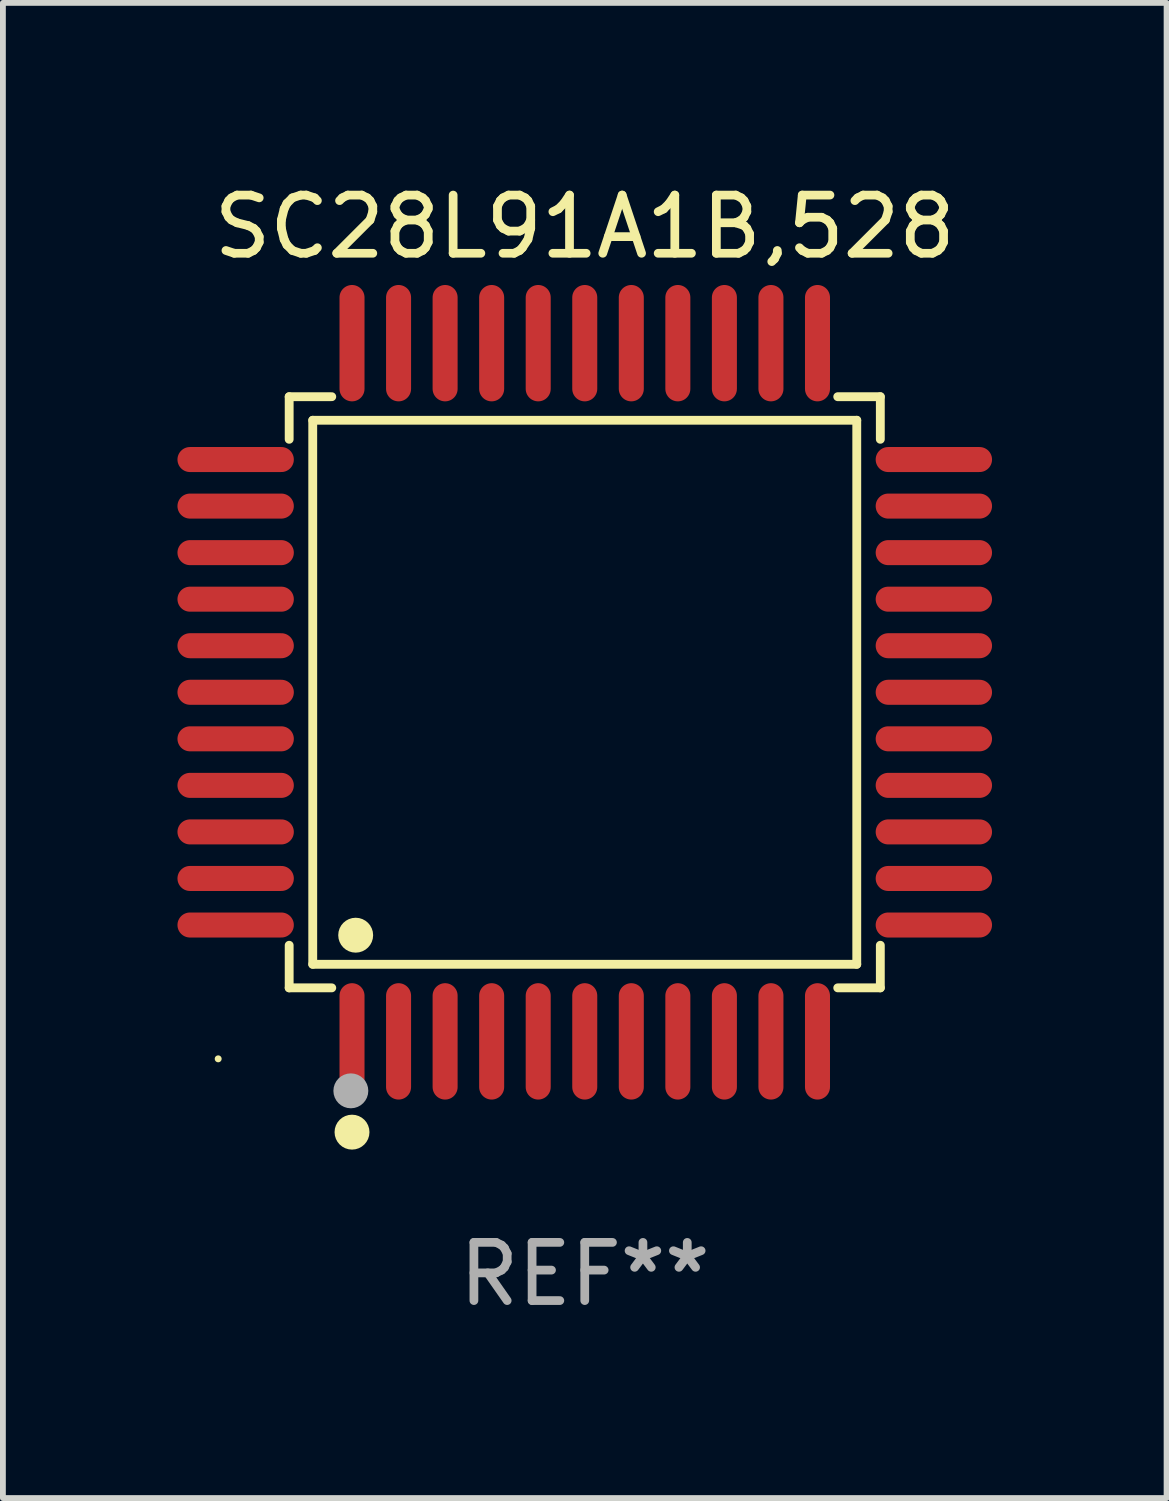
<source format=kicad_pcb>
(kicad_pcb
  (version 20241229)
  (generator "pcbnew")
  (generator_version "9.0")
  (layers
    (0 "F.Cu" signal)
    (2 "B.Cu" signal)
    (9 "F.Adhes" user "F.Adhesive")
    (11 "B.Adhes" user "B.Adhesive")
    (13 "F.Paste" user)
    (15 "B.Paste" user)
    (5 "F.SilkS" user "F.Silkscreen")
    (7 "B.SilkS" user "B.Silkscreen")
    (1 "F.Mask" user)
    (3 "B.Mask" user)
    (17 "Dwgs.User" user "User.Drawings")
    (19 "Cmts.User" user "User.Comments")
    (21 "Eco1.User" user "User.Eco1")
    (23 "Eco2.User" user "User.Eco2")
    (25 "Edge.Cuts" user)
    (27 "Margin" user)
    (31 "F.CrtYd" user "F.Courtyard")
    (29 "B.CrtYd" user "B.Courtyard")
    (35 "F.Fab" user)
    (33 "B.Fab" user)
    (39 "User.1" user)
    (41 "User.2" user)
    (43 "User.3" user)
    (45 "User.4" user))
  (footprint "SC28L91A1B,528"
    (layer "F.Cu")
    (at 7 8.848)
    (property "Reference" "SC28L91A1B,528" (at 0 -8 0) (layer "F.SilkS") (effects (font (size 1 1) (thickness 0.15))))
    (attr through_hole)
    (fp_line (start -5.08 -5.08) (end -4.348 -5.08) (stroke (width 0.152) (type solid)) (layer "F.SilkS"))
    (fp_line (start -5.08 -4.348) (end -5.08 -5.08) (stroke (width 0.152) (type solid)) (layer "F.SilkS"))
    (fp_line (start -5.08 4.348) (end -5.08 5.08) (stroke (width 0.152) (type solid)) (layer "F.SilkS"))
    (fp_line (start -5.08 5.08) (end -4.348 5.08) (stroke (width 0.152) (type solid)) (layer "F.SilkS"))
    (fp_line (start -4.675 -4.675) (end 4.675 -4.675) (stroke (width 0.152) (type solid)) (layer "F.SilkS"))
    (fp_line (start -4.675 4.675) (end -4.675 -4.675) (stroke (width 0.152) (type solid)) (layer "F.SilkS"))
    (fp_line (start 4.675 -4.675) (end 4.675 4.675) (stroke (width 0.152) (type solid)) (layer "F.SilkS"))
    (fp_line (start 4.675 4.675) (end -4.675 4.675) (stroke (width 0.152) (type solid)) (layer "F.SilkS"))
    (fp_line (start 5.08 -5.08) (end 4.348 -5.08) (stroke (width 0.152) (type solid)) (layer "F.SilkS"))
    (fp_line (start 5.08 -4.348) (end 5.08 -5.08) (stroke (width 0.152) (type solid)) (layer "F.SilkS"))
    (fp_line (start 5.08 4.348) (end 5.08 5.08) (stroke (width 0.152) (type solid)) (layer "F.SilkS"))
    (fp_line (start 5.08 5.08) (end 4.348 5.08) (stroke (width 0.152) (type solid)) (layer "F.SilkS"))
    (fp_circle (center -6.3 6.3) (end -6.27 6.3) (stroke (width 0.06) (type solid)) (fill no) (layer "F.SilkS"))
    (fp_circle (center -4 7.56) (end -3.85 7.56) (stroke (width 0.3) (type solid)) (fill no) (layer "F.SilkS"))
    (fp_circle (center -3.937 4.175) (end -3.787 4.175) (stroke (width 0.3) (type solid)) (fill no) (layer "F.SilkS"))
    (fp_circle (center -4.02 6.85) (end -3.87 6.85) (stroke (width 0.3) (type solid)) (fill no) (layer "F.Fab"))
    (fp_text user "REF**" (at 0 10 0) (layer "F.Fab") (effects (font (size 1 1) (thickness 0.15))))
    (pad "1" smd oval (at -4 6) (size 0.43 2) (layers "F.Cu" "F.Mask" "F.Paste"))
    (pad "2" smd oval (at -3.2 6) (size 0.43 2) (layers "F.Cu" "F.Mask" "F.Paste"))
    (pad "3" smd oval (at -2.4 6) (size 0.43 2) (layers "F.Cu" "F.Mask" "F.Paste"))
    (pad "4" smd oval (at -1.6 6) (size 0.43 2) (layers "F.Cu" "F.Mask" "F.Paste"))
    (pad "5" smd oval (at -0.8 6) (size 0.43 2) (layers "F.Cu" "F.Mask" "F.Paste"))
    (pad "6" smd oval (at 0 6) (size 0.43 2) (layers "F.Cu" "F.Mask" "F.Paste"))
    (pad "7" smd oval (at 0.8 6) (size 0.43 2) (layers "F.Cu" "F.Mask" "F.Paste"))
    (pad "8" smd oval (at 1.6 6) (size 0.43 2) (layers "F.Cu" "F.Mask" "F.Paste"))
    (pad "9" smd oval (at 2.4 6) (size 0.43 2) (layers "F.Cu" "F.Mask" "F.Paste"))
    (pad "10" smd oval (at 3.2 6) (size 0.43 2) (layers "F.Cu" "F.Mask" "F.Paste"))
    (pad "11" smd oval (at 4 6) (size 0.43 2) (layers "F.Cu" "F.Mask" "F.Paste"))
    (pad "12" smd oval (at 6 4) (size 2 0.43) (layers "F.Cu" "F.Mask" "F.Paste"))
    (pad "13" smd oval (at 6 3.2) (size 2 0.43) (layers "F.Cu" "F.Mask" "F.Paste"))
    (pad "14" smd oval (at 6 2.4) (size 2 0.43) (layers "F.Cu" "F.Mask" "F.Paste"))
    (pad "15" smd oval (at 6 1.6) (size 2 0.43) (layers "F.Cu" "F.Mask" "F.Paste"))
    (pad "16" smd oval (at 6 0.8) (size 2 0.43) (layers "F.Cu" "F.Mask" "F.Paste"))
    (pad "17" smd oval (at 6 0) (size 2 0.43) (layers "F.Cu" "F.Mask" "F.Paste"))
    (pad "18" smd oval (at 6 -0.8) (size 2 0.43) (layers "F.Cu" "F.Mask" "F.Paste"))
    (pad "19" smd oval (at 6 -1.6) (size 2 0.43) (layers "F.Cu" "F.Mask" "F.Paste"))
    (pad "20" smd oval (at 6 -2.4) (size 2 0.43) (layers "F.Cu" "F.Mask" "F.Paste"))
    (pad "21" smd oval (at 6 -3.2) (size 2 0.43) (layers "F.Cu" "F.Mask" "F.Paste"))
    (pad "22" smd oval (at 6 -4) (size 2 0.43) (layers "F.Cu" "F.Mask" "F.Paste"))
    (pad "23" smd oval (at 4 -6) (size 0.43 2) (layers "F.Cu" "F.Mask" "F.Paste"))
    (pad "24" smd oval (at 3.2 -6) (size 0.43 2) (layers "F.Cu" "F.Mask" "F.Paste"))
    (pad "25" smd oval (at 2.4 -6) (size 0.43 2) (layers "F.Cu" "F.Mask" "F.Paste"))
    (pad "26" smd oval (at 1.6 -6) (size 0.43 2) (layers "F.Cu" "F.Mask" "F.Paste"))
    (pad "27" smd oval (at 0.8 -6) (size 0.43 2) (layers "F.Cu" "F.Mask" "F.Paste"))
    (pad "28" smd oval (at 0 -6) (size 0.43 2) (layers "F.Cu" "F.Mask" "F.Paste"))
    (pad "29" smd oval (at -0.8 -6) (size 0.43 2) (layers "F.Cu" "F.Mask" "F.Paste"))
    (pad "30" smd oval (at -1.6 -6) (size 0.43 2) (layers "F.Cu" "F.Mask" "F.Paste"))
    (pad "31" smd oval (at -2.4 -6) (size 0.43 2) (layers "F.Cu" "F.Mask" "F.Paste"))
    (pad "32" smd oval (at -3.2 -6) (size 0.43 2) (layers "F.Cu" "F.Mask" "F.Paste"))
    (pad "33" smd oval (at -4 -6) (size 0.43 2) (layers "F.Cu" "F.Mask" "F.Paste"))
    (pad "34" smd oval (at -6 -4) (size 2 0.43) (layers "F.Cu" "F.Mask" "F.Paste"))
    (pad "35" smd oval (at -6 -3.2) (size 2 0.43) (layers "F.Cu" "F.Mask" "F.Paste"))
    (pad "36" smd oval (at -6 -2.4) (size 2 0.43) (layers "F.Cu" "F.Mask" "F.Paste"))
    (pad "37" smd oval (at -6 -1.6) (size 2 0.43) (layers "F.Cu" "F.Mask" "F.Paste"))
    (pad "38" smd oval (at -6 -0.8) (size 2 0.43) (layers "F.Cu" "F.Mask" "F.Paste"))
    (pad "39" smd oval (at -6 0) (size 2 0.43) (layers "F.Cu" "F.Mask" "F.Paste"))
    (pad "40" smd oval (at -6 0.8) (size 2 0.43) (layers "F.Cu" "F.Mask" "F.Paste"))
    (pad "41" smd oval (at -6 1.6) (size 2 0.43) (layers "F.Cu" "F.Mask" "F.Paste"))
    (pad "42" smd oval (at -6 2.4) (size 2 0.43) (layers "F.Cu" "F.Mask" "F.Paste"))
    (pad "43" smd oval (at -6 3.2) (size 2 0.43) (layers "F.Cu" "F.Mask" "F.Paste"))
    (pad "44" smd oval (at -6 4) (size 2 0.43) (layers "F.Cu" "F.Mask" "F.Paste")))
  (gr_rect
    (start -3 -3)
    (end 17 22.697)
    (stroke (width 0.1) (type default))
    (fill no)
    (layer "Edge.Cuts")))
</source>
